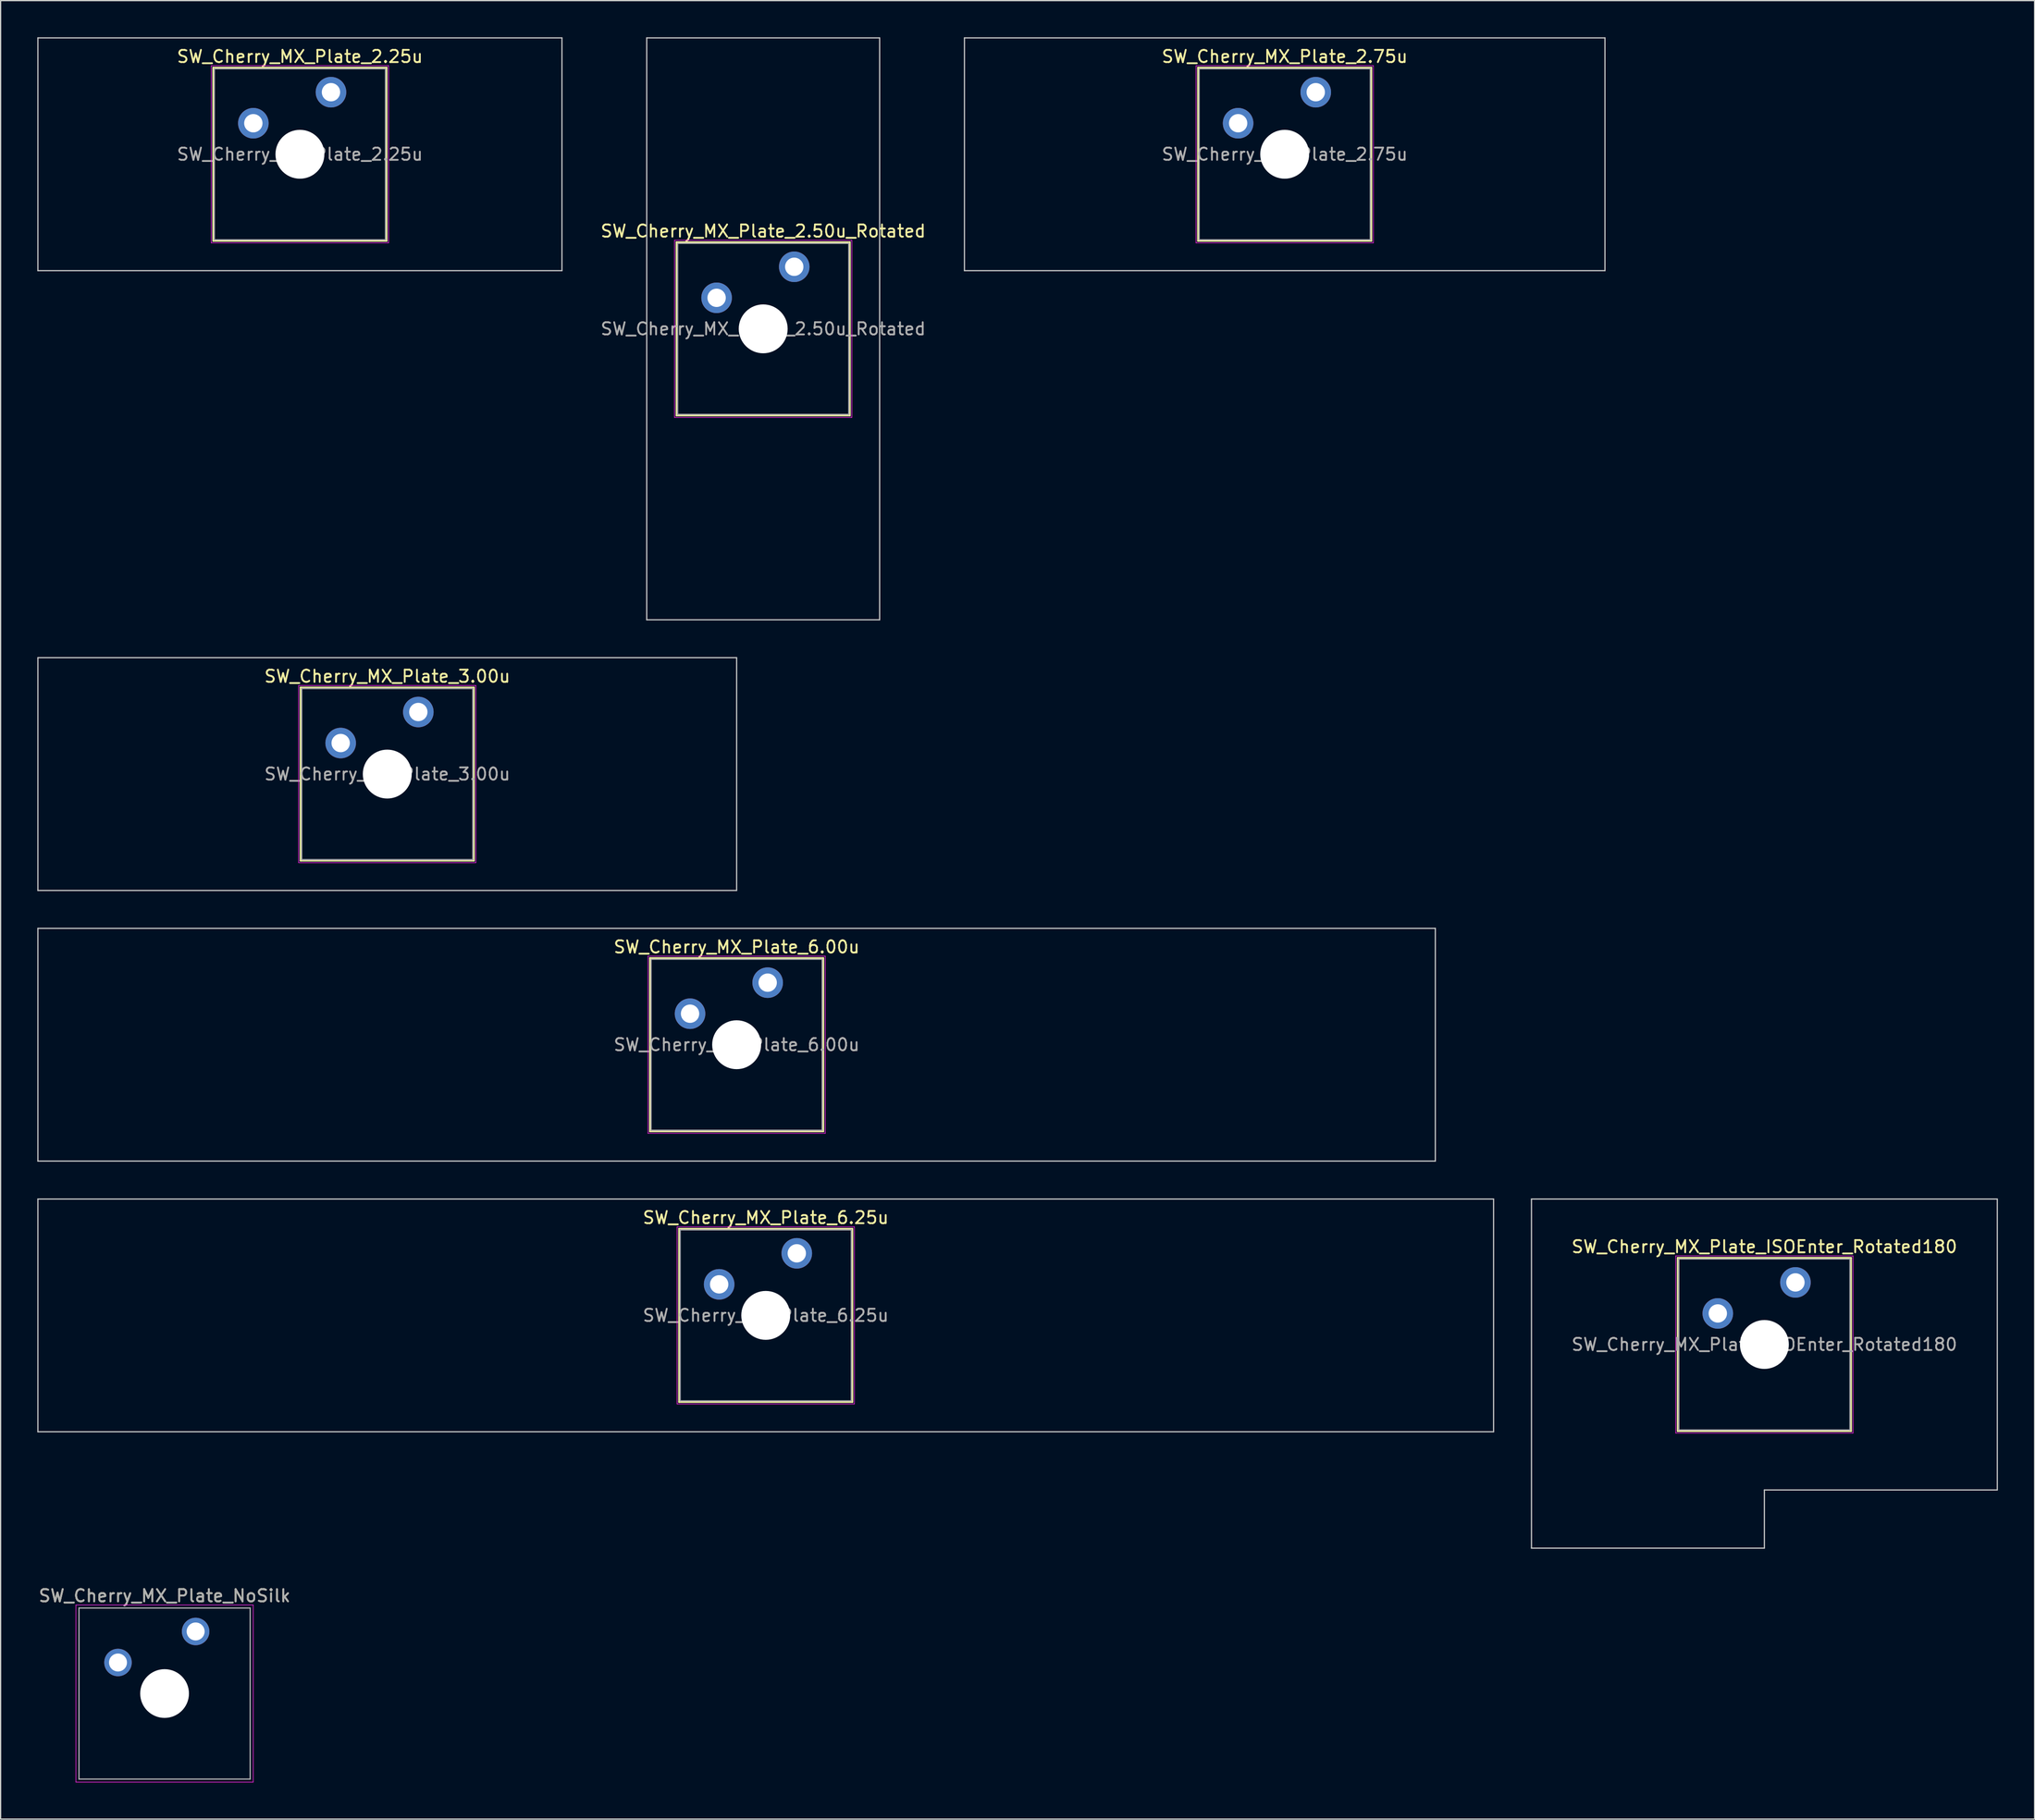
<source format=kicad_pcb>
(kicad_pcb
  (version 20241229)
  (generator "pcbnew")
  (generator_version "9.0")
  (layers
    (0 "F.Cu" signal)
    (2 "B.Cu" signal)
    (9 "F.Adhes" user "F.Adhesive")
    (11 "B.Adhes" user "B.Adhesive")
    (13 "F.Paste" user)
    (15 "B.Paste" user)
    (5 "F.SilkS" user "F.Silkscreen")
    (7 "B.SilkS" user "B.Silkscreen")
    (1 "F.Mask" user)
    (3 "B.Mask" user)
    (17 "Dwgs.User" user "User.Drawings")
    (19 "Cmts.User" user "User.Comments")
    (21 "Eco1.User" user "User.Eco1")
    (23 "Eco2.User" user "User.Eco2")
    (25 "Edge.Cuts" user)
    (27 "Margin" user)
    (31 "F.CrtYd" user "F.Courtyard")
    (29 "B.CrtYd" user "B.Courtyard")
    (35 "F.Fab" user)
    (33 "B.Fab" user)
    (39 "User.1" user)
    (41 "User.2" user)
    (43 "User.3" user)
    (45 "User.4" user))
  (footprint "SW_Cherry_MX_Plate_6.25u"
    (layer "F.Cu")
    (at 59.581 104.6)
    (property "Reference" "SW_Cherry_MX_Plate_6.25u" (at 0 -8 0) (layer "F.SilkS") (effects (font (size 1 1) (thickness 0.15))))
    (attr through_hole)
    (fp_line (start -7.1 -7.1) (end -7.1 7.1) (stroke (width 0.12) (type solid)) (layer "F.SilkS"))
    (fp_line (start -7.1 7.1) (end 7.1 7.1) (stroke (width 0.12) (type solid)) (layer "F.SilkS"))
    (fp_line (start 7.1 -7.1) (end -7.1 -7.1) (stroke (width 0.12) (type solid)) (layer "F.SilkS"))
    (fp_line (start 7.1 7.1) (end 7.1 -7.1) (stroke (width 0.12) (type solid)) (layer "F.SilkS"))
    (fp_line (start -59.531 -9.525) (end -59.531 9.525) (stroke (width 0.1) (type solid)) (layer "Dwgs.User"))
    (fp_line (start -59.531 9.525) (end 59.531 9.525) (stroke (width 0.1) (type solid)) (layer "Dwgs.User"))
    (fp_line (start 59.531 -9.525) (end -59.531 -9.525) (stroke (width 0.1) (type solid)) (layer "Dwgs.User"))
    (fp_line (start 59.531 9.525) (end 59.531 -9.525) (stroke (width 0.1) (type solid)) (layer "Dwgs.User"))
    (fp_line (start -7.25 -7.25) (end -7.25 7.25) (stroke (width 0.05) (type solid)) (layer "F.CrtYd"))
    (fp_line (start -7.25 7.25) (end 7.25 7.25) (stroke (width 0.05) (type solid)) (layer "F.CrtYd"))
    (fp_line (start 7.25 -7.25) (end -7.25 -7.25) (stroke (width 0.05) (type solid)) (layer "F.CrtYd"))
    (fp_line (start 7.25 7.25) (end 7.25 -7.25) (stroke (width 0.05) (type solid)) (layer "F.CrtYd"))
    (fp_line (start -7 -7) (end -7 7) (stroke (width 0.1) (type solid)) (layer "F.Fab"))
    (fp_line (start -7 7) (end 7 7) (stroke (width 0.1) (type solid)) (layer "F.Fab"))
    (fp_line (start 7 -7) (end -7 -7) (stroke (width 0.1) (type solid)) (layer "F.Fab"))
    (fp_line (start 7 7) (end 7 -7) (stroke (width 0.1) (type solid)) (layer "F.Fab"))
    (fp_text user "${REFERENCE}" (at 0 0 0) (layer "F.Fab") (effects (font (size 1 1) (thickness 0.15))))
    (pad "" np_thru_hole circle (at 0 0) (size 4 4) (drill 4) (layers "*.Cu" "*.Mask"))
    (pad "1" thru_hole circle (at -3.81 -2.54) (size 2.5 2.5) (drill 1.5) (layers "*.Cu" "B.Mask"))
    (pad "2" thru_hole circle (at 2.54 -5.08) (size 2.5 2.5) (drill 1.5) (layers "*.Cu" "B.Mask")))
  (footprint "SW_Cherry_MX_Plate_ISOEnter_Rotated180"
    (layer "F.Cu")
    (at 141.262 106.981)
    (property "Reference" "SW_Cherry_MX_Plate_ISOEnter_Rotated180" (at 0 -8 0) (layer "F.SilkS") (effects (font (size 1 1) (thickness 0.15))))
    (attr through_hole)
    (fp_line (start -7.1 -7.1) (end -7.1 7.1) (stroke (width 0.12) (type solid)) (layer "F.SilkS"))
    (fp_line (start -7.1 7.1) (end 7.1 7.1) (stroke (width 0.12) (type solid)) (layer "F.SilkS"))
    (fp_line (start 7.1 -7.1) (end -7.1 -7.1) (stroke (width 0.12) (type solid)) (layer "F.SilkS"))
    (fp_line (start 7.1 7.1) (end 7.1 -7.1) (stroke (width 0.12) (type solid)) (layer "F.SilkS"))
    (fp_line (start -19.05 -11.906) (end -19.05 16.669) (stroke (width 0.1) (type solid)) (layer "Dwgs.User"))
    (fp_line (start -19.05 16.669) (end 0 16.669) (stroke (width 0.1) (type solid)) (layer "Dwgs.User"))
    (fp_line (start 0 11.906) (end 19.05 11.906) (stroke (width 0.1) (type solid)) (layer "Dwgs.User"))
    (fp_line (start 0 16.669) (end 0 11.906) (stroke (width 0.1) (type solid)) (layer "Dwgs.User"))
    (fp_line (start 19.05 -11.906) (end -19.05 -11.906) (stroke (width 0.1) (type solid)) (layer "Dwgs.User"))
    (fp_line (start 19.05 11.906) (end 19.05 -11.906) (stroke (width 0.1) (type solid)) (layer "Dwgs.User"))
    (fp_line (start -7.25 -7.25) (end -7.25 7.25) (stroke (width 0.05) (type solid)) (layer "F.CrtYd"))
    (fp_line (start -7.25 7.25) (end 7.25 7.25) (stroke (width 0.05) (type solid)) (layer "F.CrtYd"))
    (fp_line (start 7.25 -7.25) (end -7.25 -7.25) (stroke (width 0.05) (type solid)) (layer "F.CrtYd"))
    (fp_line (start 7.25 7.25) (end 7.25 -7.25) (stroke (width 0.05) (type solid)) (layer "F.CrtYd"))
    (fp_line (start -7 -7) (end -7 7) (stroke (width 0.1) (type solid)) (layer "F.Fab"))
    (fp_line (start -7 7) (end 7 7) (stroke (width 0.1) (type solid)) (layer "F.Fab"))
    (fp_line (start 7 -7) (end -7 -7) (stroke (width 0.1) (type solid)) (layer "F.Fab"))
    (fp_line (start 7 7) (end 7 -7) (stroke (width 0.1) (type solid)) (layer "F.Fab"))
    (fp_text user "${REFERENCE}" (at 0 0 0) (layer "F.Fab") (effects (font (size 1 1) (thickness 0.15))))
    (pad "" np_thru_hole circle (at 0 0) (size 4 4) (drill 4) (layers "*.Cu" "*.Mask"))
    (pad "1" thru_hole circle (at -3.81 -2.54) (size 2.5 2.5) (drill 1.5) (layers "*.Cu" "B.Mask"))
    (pad "2" thru_hole circle (at 2.54 -5.08) (size 2.5 2.5) (drill 1.5) (layers "*.Cu" "B.Mask")))
  (footprint "SW_Cherry_MX_Plate_2.50u_Rotated"
    (layer "F.Cu")
    (at 59.373 23.863)
    (property "Reference" "SW_Cherry_MX_Plate_2.50u_Rotated" (at 0 -8 0) (layer "F.SilkS") (effects (font (size 1 1) (thickness 0.15))))
    (attr through_hole)
    (fp_line (start -7.1 -7.1) (end -7.1 7.1) (stroke (width 0.12) (type solid)) (layer "F.SilkS"))
    (fp_line (start -7.1 7.1) (end 7.1 7.1) (stroke (width 0.12) (type solid)) (layer "F.SilkS"))
    (fp_line (start 7.1 -7.1) (end -7.1 -7.1) (stroke (width 0.12) (type solid)) (layer "F.SilkS"))
    (fp_line (start 7.1 7.1) (end 7.1 -7.1) (stroke (width 0.12) (type solid)) (layer "F.SilkS"))
    (fp_line (start -9.525 -23.812) (end -9.525 23.812) (stroke (width 0.1) (type solid)) (layer "Dwgs.User"))
    (fp_line (start -9.525 23.812) (end 9.525 23.812) (stroke (width 0.1) (type solid)) (layer "Dwgs.User"))
    (fp_line (start 9.525 -23.812) (end -9.525 -23.812) (stroke (width 0.1) (type solid)) (layer "Dwgs.User"))
    (fp_line (start 9.525 23.812) (end 9.525 -23.812) (stroke (width 0.1) (type solid)) (layer "Dwgs.User"))
    (fp_line (start -7.25 -7.25) (end -7.25 7.25) (stroke (width 0.05) (type solid)) (layer "F.CrtYd"))
    (fp_line (start -7.25 7.25) (end 7.25 7.25) (stroke (width 0.05) (type solid)) (layer "F.CrtYd"))
    (fp_line (start 7.25 -7.25) (end -7.25 -7.25) (stroke (width 0.05) (type solid)) (layer "F.CrtYd"))
    (fp_line (start 7.25 7.25) (end 7.25 -7.25) (stroke (width 0.05) (type solid)) (layer "F.CrtYd"))
    (fp_line (start -7 -7) (end -7 7) (stroke (width 0.1) (type solid)) (layer "F.Fab"))
    (fp_line (start -7 7) (end 7 7) (stroke (width 0.1) (type solid)) (layer "F.Fab"))
    (fp_line (start 7 -7) (end -7 -7) (stroke (width 0.1) (type solid)) (layer "F.Fab"))
    (fp_line (start 7 7) (end 7 -7) (stroke (width 0.1) (type solid)) (layer "F.Fab"))
    (fp_text user "${REFERENCE}" (at 0 0 0) (layer "F.Fab") (effects (font (size 1 1) (thickness 0.15))))
    (pad "" np_thru_hole circle (at 0 0) (size 4 4) (drill 4) (layers "*.Cu" "*.Mask"))
    (pad "1" thru_hole circle (at -3.81 -2.54) (size 2.5 2.5) (drill 1.5) (layers "*.Cu" "B.Mask"))
    (pad "2" thru_hole circle (at 2.54 -5.08) (size 2.5 2.5) (drill 1.5) (layers "*.Cu" "B.Mask")))
  (footprint "SW_Cherry_MX_Plate_2.25u"
    (layer "F.Cu")
    (at 21.481 9.575)
    (property "Reference" "SW_Cherry_MX_Plate_2.25u" (at 0 -8 0) (layer "F.SilkS") (effects (font (size 1 1) (thickness 0.15))))
    (attr through_hole)
    (fp_line (start -7.1 -7.1) (end -7.1 7.1) (stroke (width 0.12) (type solid)) (layer "F.SilkS"))
    (fp_line (start -7.1 7.1) (end 7.1 7.1) (stroke (width 0.12) (type solid)) (layer "F.SilkS"))
    (fp_line (start 7.1 -7.1) (end -7.1 -7.1) (stroke (width 0.12) (type solid)) (layer "F.SilkS"))
    (fp_line (start 7.1 7.1) (end 7.1 -7.1) (stroke (width 0.12) (type solid)) (layer "F.SilkS"))
    (fp_line (start -21.431 -9.525) (end -21.431 9.525) (stroke (width 0.1) (type solid)) (layer "Dwgs.User"))
    (fp_line (start -21.431 9.525) (end 21.431 9.525) (stroke (width 0.1) (type solid)) (layer "Dwgs.User"))
    (fp_line (start 21.431 -9.525) (end -21.431 -9.525) (stroke (width 0.1) (type solid)) (layer "Dwgs.User"))
    (fp_line (start 21.431 9.525) (end 21.431 -9.525) (stroke (width 0.1) (type solid)) (layer "Dwgs.User"))
    (fp_line (start -7.25 -7.25) (end -7.25 7.25) (stroke (width 0.05) (type solid)) (layer "F.CrtYd"))
    (fp_line (start -7.25 7.25) (end 7.25 7.25) (stroke (width 0.05) (type solid)) (layer "F.CrtYd"))
    (fp_line (start 7.25 -7.25) (end -7.25 -7.25) (stroke (width 0.05) (type solid)) (layer "F.CrtYd"))
    (fp_line (start 7.25 7.25) (end 7.25 -7.25) (stroke (width 0.05) (type solid)) (layer "F.CrtYd"))
    (fp_line (start -7 -7) (end -7 7) (stroke (width 0.1) (type solid)) (layer "F.Fab"))
    (fp_line (start -7 7) (end 7 7) (stroke (width 0.1) (type solid)) (layer "F.Fab"))
    (fp_line (start 7 -7) (end -7 -7) (stroke (width 0.1) (type solid)) (layer "F.Fab"))
    (fp_line (start 7 7) (end 7 -7) (stroke (width 0.1) (type solid)) (layer "F.Fab"))
    (fp_text user "${REFERENCE}" (at 0 0 0) (layer "F.Fab") (effects (font (size 1 1) (thickness 0.15))))
    (pad "" np_thru_hole circle (at 0 0) (size 4 4) (drill 4) (layers "*.Cu" "*.Mask"))
    (pad "1" thru_hole circle (at -3.81 -2.54) (size 2.5 2.5) (drill 1.5) (layers "*.Cu" "B.Mask"))
    (pad "2" thru_hole circle (at 2.54 -5.08) (size 2.5 2.5) (drill 1.5) (layers "*.Cu" "B.Mask")))
  (footprint "SW_Cherry_MX_Plate_NoSilk"
    (layer "F.Cu")
    (at 10.411 135.548)
    (property "Reference" "SW_Cherry_MX_Plate_NoSilk" (at 0 -8 0) (layer "F.SilkS") (effects (font (size 1 1) (thickness 0.15))))
    (attr through_hole)
    (fp_line (start -7.25 -7.25) (end 7.25 -7.25) (stroke (width 0.05) (type solid)) (layer "F.CrtYd"))
    (fp_line (start -7.25 7.25) (end -7.25 -7.25) (stroke (width 0.05) (type solid)) (layer "F.CrtYd"))
    (fp_line (start 7.25 -7.25) (end 7.25 7.25) (stroke (width 0.05) (type solid)) (layer "F.CrtYd"))
    (fp_line (start 7.25 7.25) (end -7.25 7.25) (stroke (width 0.05) (type solid)) (layer "F.CrtYd"))
    (fp_line (start -7 -7) (end 7 -7) (stroke (width 0.1) (type solid)) (layer "F.Fab"))
    (fp_line (start -7 7) (end -7 -7) (stroke (width 0.1) (type solid)) (layer "F.Fab"))
    (fp_line (start 7 -7) (end 7 7) (stroke (width 0.1) (type solid)) (layer "F.Fab"))
    (fp_line (start 7 7) (end -7 7) (stroke (width 0.1) (type solid)) (layer "F.Fab"))
    (fp_text user "${REFERENCE}" (at 0 -8 0) (layer "F.Fab") (effects (font (size 1 1) (thickness 0.15))))
    (pad "" np_thru_hole circle (at 0 0) (size 3.988 3.988) (drill 3.988) (layers "*.Cu" "*.Mask"))
    (pad "1" thru_hole circle (at -3.81 -2.54) (size 2.25 2.25) (drill 1.47) (layers "*.Cu" "B.Mask"))
    (pad "2" thru_hole circle (at 2.54 -5.08) (size 2.25 2.25) (drill 1.47) (layers "*.Cu" "B.Mask")))
  (footprint "SW_Cherry_MX_Plate_6.00u"
    (layer "F.Cu")
    (at 57.2 82.45)
    (property "Reference" "SW_Cherry_MX_Plate_6.00u" (at 0 -8 0) (layer "F.SilkS") (effects (font (size 1 1) (thickness 0.15))))
    (attr through_hole)
    (fp_line (start -7.1 -7.1) (end -7.1 7.1) (stroke (width 0.12) (type solid)) (layer "F.SilkS"))
    (fp_line (start -7.1 7.1) (end 7.1 7.1) (stroke (width 0.12) (type solid)) (layer "F.SilkS"))
    (fp_line (start 7.1 -7.1) (end -7.1 -7.1) (stroke (width 0.12) (type solid)) (layer "F.SilkS"))
    (fp_line (start 7.1 7.1) (end 7.1 -7.1) (stroke (width 0.12) (type solid)) (layer "F.SilkS"))
    (fp_line (start -57.15 -9.525) (end -57.15 9.525) (stroke (width 0.1) (type solid)) (layer "Dwgs.User"))
    (fp_line (start -57.15 9.525) (end 57.15 9.525) (stroke (width 0.1) (type solid)) (layer "Dwgs.User"))
    (fp_line (start 57.15 -9.525) (end -57.15 -9.525) (stroke (width 0.1) (type solid)) (layer "Dwgs.User"))
    (fp_line (start 57.15 9.525) (end 57.15 -9.525) (stroke (width 0.1) (type solid)) (layer "Dwgs.User"))
    (fp_line (start -7.25 -7.25) (end -7.25 7.25) (stroke (width 0.05) (type solid)) (layer "F.CrtYd"))
    (fp_line (start -7.25 7.25) (end 7.25 7.25) (stroke (width 0.05) (type solid)) (layer "F.CrtYd"))
    (fp_line (start 7.25 -7.25) (end -7.25 -7.25) (stroke (width 0.05) (type solid)) (layer "F.CrtYd"))
    (fp_line (start 7.25 7.25) (end 7.25 -7.25) (stroke (width 0.05) (type solid)) (layer "F.CrtYd"))
    (fp_line (start -7 -7) (end -7 7) (stroke (width 0.1) (type solid)) (layer "F.Fab"))
    (fp_line (start -7 7) (end 7 7) (stroke (width 0.1) (type solid)) (layer "F.Fab"))
    (fp_line (start 7 -7) (end -7 -7) (stroke (width 0.1) (type solid)) (layer "F.Fab"))
    (fp_line (start 7 7) (end 7 -7) (stroke (width 0.1) (type solid)) (layer "F.Fab"))
    (fp_text user "${REFERENCE}" (at 0 0 0) (layer "F.Fab") (effects (font (size 1 1) (thickness 0.15))))
    (pad "" np_thru_hole circle (at 0 0) (size 4 4) (drill 4) (layers "*.Cu" "*.Mask"))
    (pad "1" thru_hole circle (at -3.81 -2.54) (size 2.5 2.5) (drill 1.5) (layers "*.Cu" "B.Mask"))
    (pad "2" thru_hole circle (at 2.54 -5.08) (size 2.5 2.5) (drill 1.5) (layers "*.Cu" "B.Mask")))
  (footprint "SW_Cherry_MX_Plate_2.75u"
    (layer "F.Cu")
    (at 102.028 9.575)
    (property "Reference" "SW_Cherry_MX_Plate_2.75u" (at 0 -8 0) (layer "F.SilkS") (effects (font (size 1 1) (thickness 0.15))))
    (attr through_hole)
    (fp_line (start -7.1 -7.1) (end -7.1 7.1) (stroke (width 0.12) (type solid)) (layer "F.SilkS"))
    (fp_line (start -7.1 7.1) (end 7.1 7.1) (stroke (width 0.12) (type solid)) (layer "F.SilkS"))
    (fp_line (start 7.1 -7.1) (end -7.1 -7.1) (stroke (width 0.12) (type solid)) (layer "F.SilkS"))
    (fp_line (start 7.1 7.1) (end 7.1 -7.1) (stroke (width 0.12) (type solid)) (layer "F.SilkS"))
    (fp_line (start -26.194 -9.525) (end -26.194 9.525) (stroke (width 0.1) (type solid)) (layer "Dwgs.User"))
    (fp_line (start -26.194 9.525) (end 26.194 9.525) (stroke (width 0.1) (type solid)) (layer "Dwgs.User"))
    (fp_line (start 26.194 -9.525) (end -26.194 -9.525) (stroke (width 0.1) (type solid)) (layer "Dwgs.User"))
    (fp_line (start 26.194 9.525) (end 26.194 -9.525) (stroke (width 0.1) (type solid)) (layer "Dwgs.User"))
    (fp_line (start -7.25 -7.25) (end -7.25 7.25) (stroke (width 0.05) (type solid)) (layer "F.CrtYd"))
    (fp_line (start -7.25 7.25) (end 7.25 7.25) (stroke (width 0.05) (type solid)) (layer "F.CrtYd"))
    (fp_line (start 7.25 -7.25) (end -7.25 -7.25) (stroke (width 0.05) (type solid)) (layer "F.CrtYd"))
    (fp_line (start 7.25 7.25) (end 7.25 -7.25) (stroke (width 0.05) (type solid)) (layer "F.CrtYd"))
    (fp_line (start -7 -7) (end -7 7) (stroke (width 0.1) (type solid)) (layer "F.Fab"))
    (fp_line (start -7 7) (end 7 7) (stroke (width 0.1) (type solid)) (layer "F.Fab"))
    (fp_line (start 7 -7) (end -7 -7) (stroke (width 0.1) (type solid)) (layer "F.Fab"))
    (fp_line (start 7 7) (end 7 -7) (stroke (width 0.1) (type solid)) (layer "F.Fab"))
    (fp_text user "${REFERENCE}" (at 0 0 0) (layer "F.Fab") (effects (font (size 1 1) (thickness 0.15))))
    (pad "" np_thru_hole circle (at 0 0) (size 4 4) (drill 4) (layers "*.Cu" "*.Mask"))
    (pad "1" thru_hole circle (at -3.81 -2.54) (size 2.5 2.5) (drill 1.5) (layers "*.Cu" "B.Mask"))
    (pad "2" thru_hole circle (at 2.54 -5.08) (size 2.5 2.5) (drill 1.5) (layers "*.Cu" "B.Mask")))
  (footprint "SW_Cherry_MX_Plate_3.00u"
    (layer "F.Cu")
    (at 28.625 60.3)
    (property "Reference" "SW_Cherry_MX_Plate_3.00u" (at 0 -8 0) (layer "F.SilkS") (effects (font (size 1 1) (thickness 0.15))))
    (attr through_hole)
    (fp_line (start -7.1 -7.1) (end -7.1 7.1) (stroke (width 0.12) (type solid)) (layer "F.SilkS"))
    (fp_line (start -7.1 7.1) (end 7.1 7.1) (stroke (width 0.12) (type solid)) (layer "F.SilkS"))
    (fp_line (start 7.1 -7.1) (end -7.1 -7.1) (stroke (width 0.12) (type solid)) (layer "F.SilkS"))
    (fp_line (start 7.1 7.1) (end 7.1 -7.1) (stroke (width 0.12) (type solid)) (layer "F.SilkS"))
    (fp_line (start -28.575 -9.525) (end -28.575 9.525) (stroke (width 0.1) (type solid)) (layer "Dwgs.User"))
    (fp_line (start -28.575 9.525) (end 28.575 9.525) (stroke (width 0.1) (type solid)) (layer "Dwgs.User"))
    (fp_line (start 28.575 -9.525) (end -28.575 -9.525) (stroke (width 0.1) (type solid)) (layer "Dwgs.User"))
    (fp_line (start 28.575 9.525) (end 28.575 -9.525) (stroke (width 0.1) (type solid)) (layer "Dwgs.User"))
    (fp_line (start -7.25 -7.25) (end -7.25 7.25) (stroke (width 0.05) (type solid)) (layer "F.CrtYd"))
    (fp_line (start -7.25 7.25) (end 7.25 7.25) (stroke (width 0.05) (type solid)) (layer "F.CrtYd"))
    (fp_line (start 7.25 -7.25) (end -7.25 -7.25) (stroke (width 0.05) (type solid)) (layer "F.CrtYd"))
    (fp_line (start 7.25 7.25) (end 7.25 -7.25) (stroke (width 0.05) (type solid)) (layer "F.CrtYd"))
    (fp_line (start -7 -7) (end -7 7) (stroke (width 0.1) (type solid)) (layer "F.Fab"))
    (fp_line (start -7 7) (end 7 7) (stroke (width 0.1) (type solid)) (layer "F.Fab"))
    (fp_line (start 7 -7) (end -7 -7) (stroke (width 0.1) (type solid)) (layer "F.Fab"))
    (fp_line (start 7 7) (end 7 -7) (stroke (width 0.1) (type solid)) (layer "F.Fab"))
    (fp_text user "${REFERENCE}" (at 0 0 0) (layer "F.Fab") (effects (font (size 1 1) (thickness 0.15))))
    (pad "" np_thru_hole circle (at 0 0) (size 4 4) (drill 4) (layers "*.Cu" "*.Mask"))
    (pad "1" thru_hole circle (at -3.81 -2.54) (size 2.5 2.5) (drill 1.5) (layers "*.Cu" "B.Mask"))
    (pad "2" thru_hole circle (at 2.54 -5.08) (size 2.5 2.5) (drill 1.5) (layers "*.Cu" "B.Mask")))
  (gr_rect
    (start -3 -3)
    (end 163.363 145.823)
    (stroke (width 0.1) (type default))
    (fill no)
    (layer "Edge.Cuts")))
</source>
